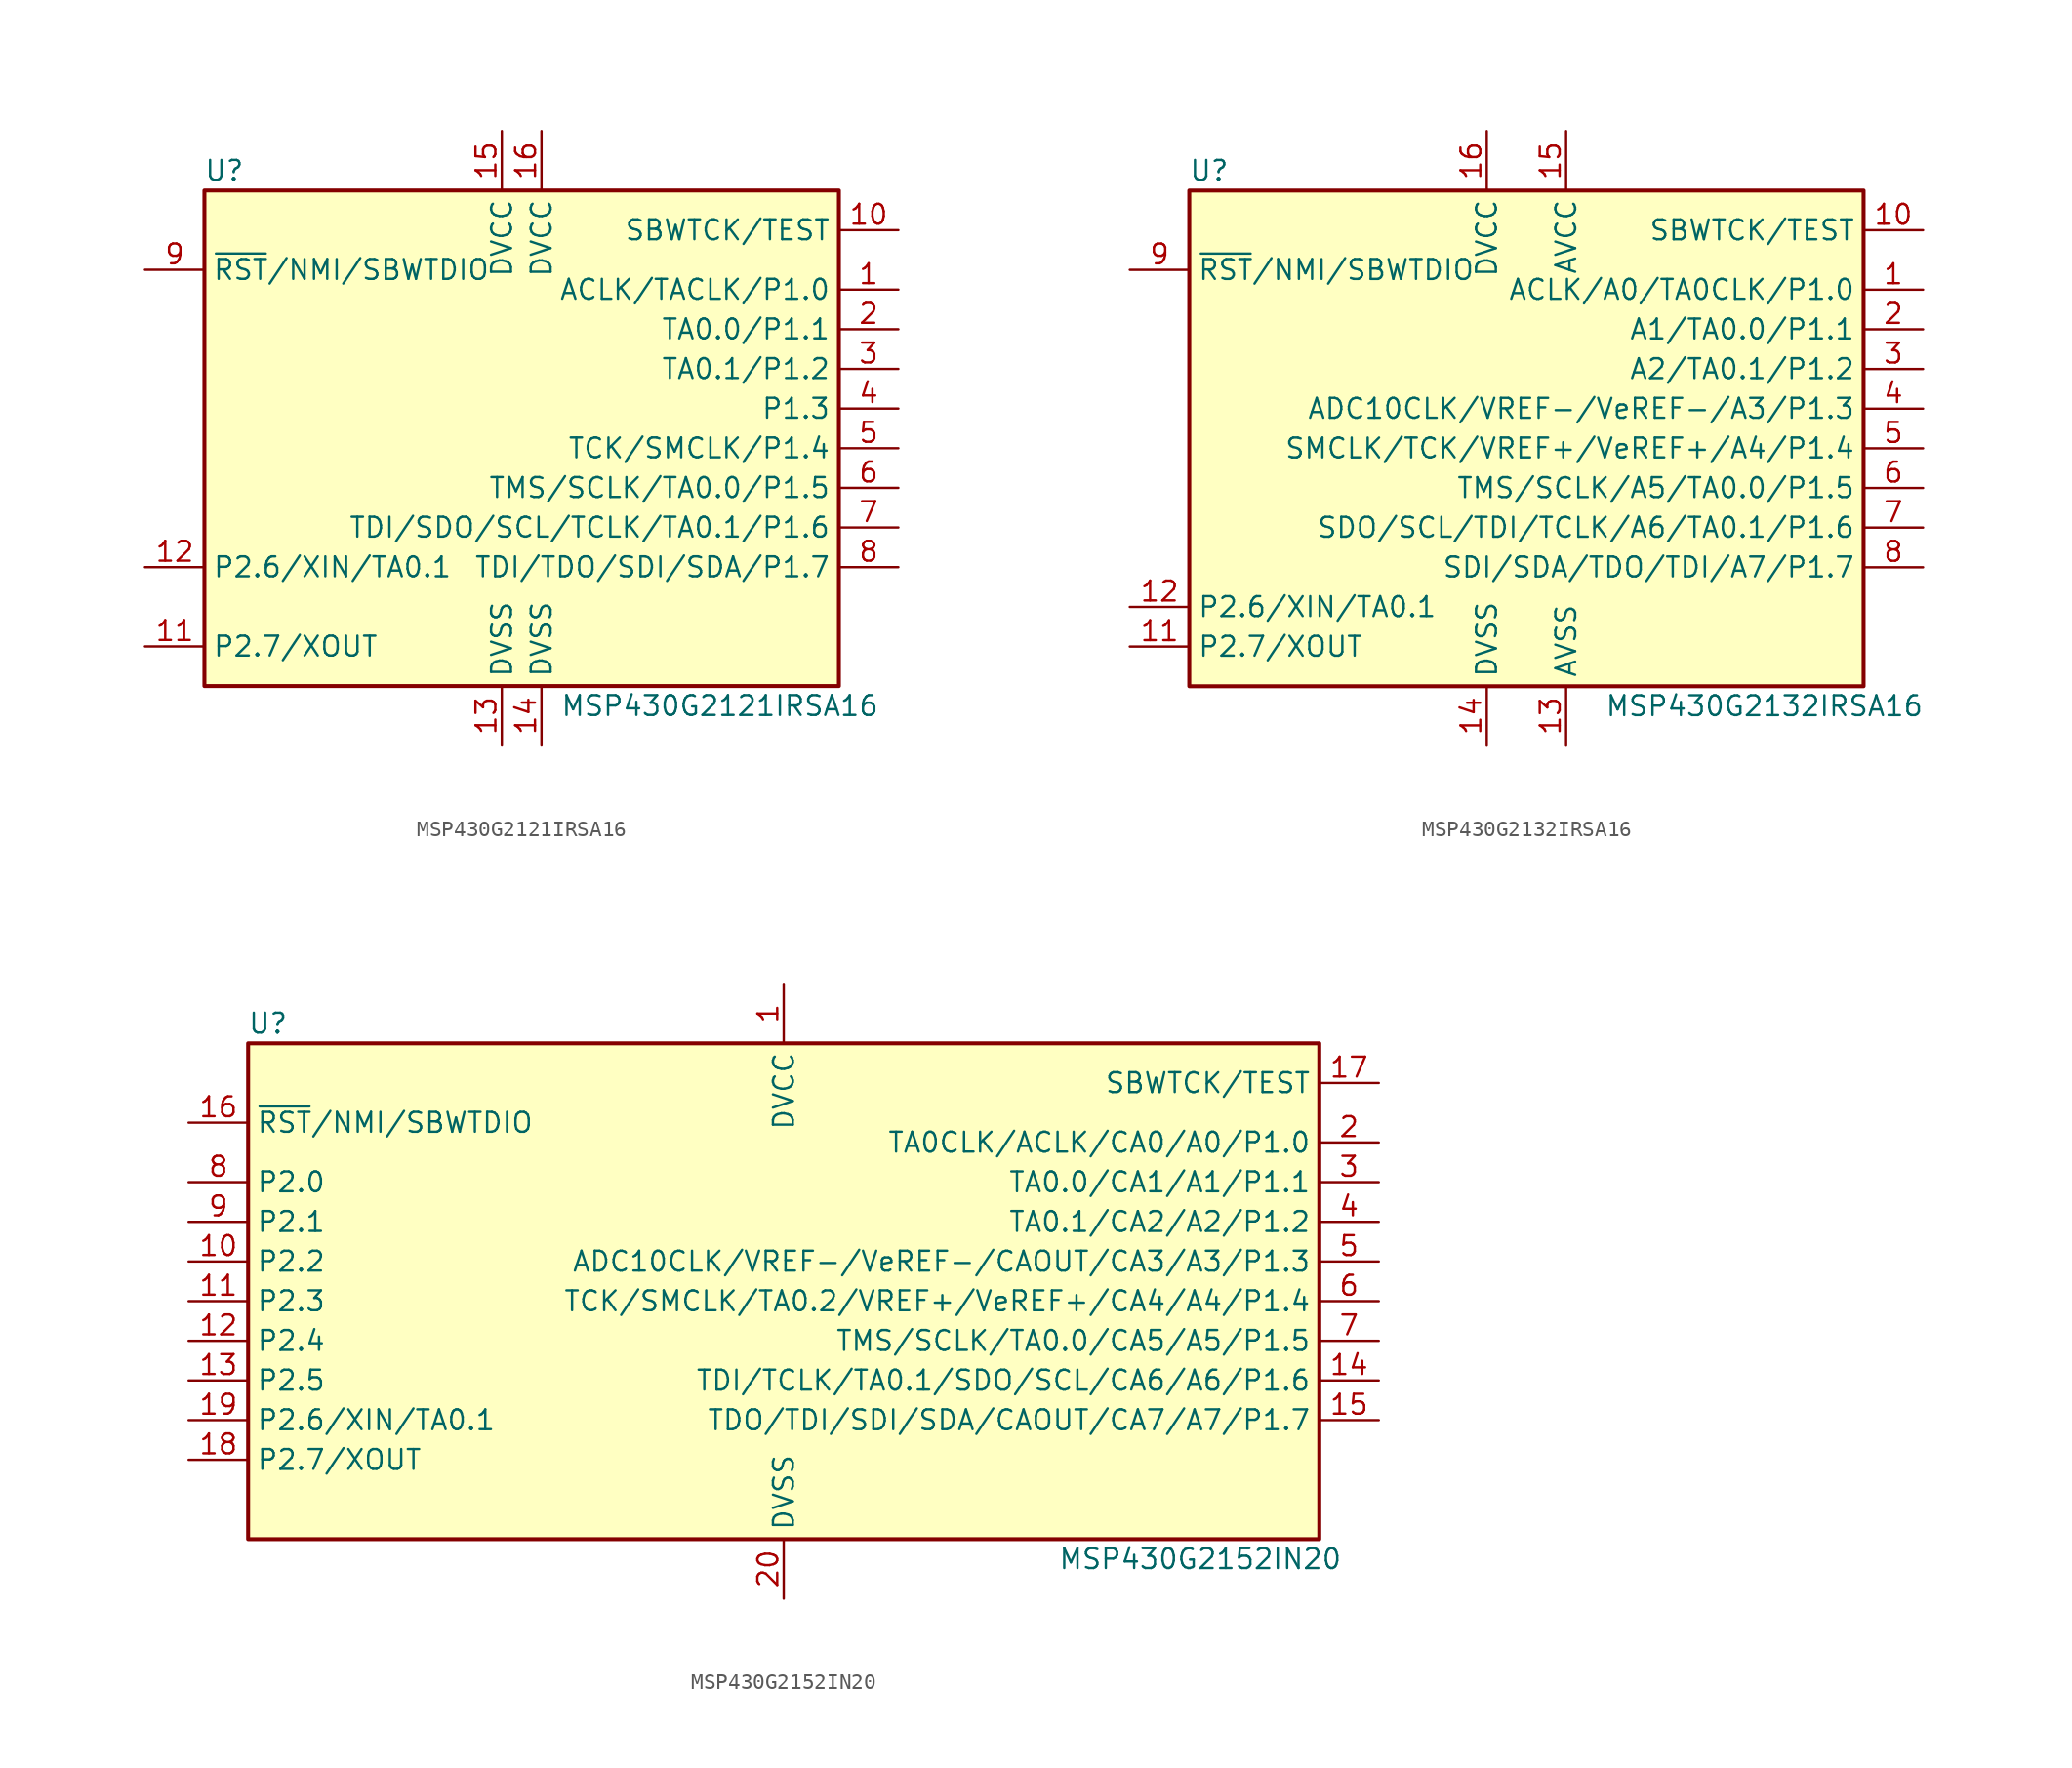
<source format=kicad_sym>
(kicad_symbol_lib
  (version 20231120)
  (generator "kicad_symbol_editor")
  (generator_version "8.0")
  (symbol "MSP430G2121IRSA16"
    (property "Reference" "U"
      (at -19.05 17.78 0)
      (effects (font (size 1.27 1.27))))
    (property "Value" "MSP430G2121IRSA16"
      (at 12.7 -16.51 0)
      (effects (font (size 1.27 1.27))))
    (symbol "MSP430G2121IRSA16_0_1"
      (rectangle (start -20.32 16.51) (end 20.32 -15.24) (stroke (width 0.254) (type default)) (fill (type background))))
    (symbol "MSP430G2121IRSA16_1_1"
      (pin bidirectional line (at 24.13 10.16 180) (length 3.81) (name "ACLK/TACLK/P1.0" (effects (font (size 1.27 1.27)))) (number "1" (effects (font (size 1.27 1.27)))))
      (pin input line (at 24.13 13.97 180) (length 3.81) (name "SBWTCK/TEST" (effects (font (size 1.27 1.27)))) (number "10" (effects (font (size 1.27 1.27)))))
      (pin bidirectional line (at -24.13 -12.7 0) (length 3.81) (name "P2.7/XOUT" (effects (font (size 1.27 1.27)))) (number "11" (effects (font (size 1.27 1.27)))))
      (pin bidirectional line (at -24.13 -7.62 0) (length 3.81) (name "P2.6/XIN/TA0.1" (effects (font (size 1.27 1.27)))) (number "12" (effects (font (size 1.27 1.27)))))
      (pin power_in line (at -1.27 -19.05 90) (length 3.81) (name "DVSS" (effects (font (size 1.27 1.27)))) (number "13" (effects (font (size 1.27 1.27)))))
      (pin power_in line (at 1.27 -19.05 90) (length 3.81) (name "DVSS" (effects (font (size 1.27 1.27)))) (number "14" (effects (font (size 1.27 1.27)))))
      (pin power_in line (at -1.27 20.32 270) (length 3.81) (name "DVCC" (effects (font (size 1.27 1.27)))) (number "15" (effects (font (size 1.27 1.27)))))
      (pin power_in line (at 1.27 20.32 270) (length 3.81) (name "DVCC" (effects (font (size 1.27 1.27)))) (number "16" (effects (font (size 1.27 1.27)))))
      (pin bidirectional line (at 24.13 7.62 180) (length 3.81) (name "TA0.0/P1.1" (effects (font (size 1.27 1.27)))) (number "2" (effects (font (size 1.27 1.27)))))
      (pin bidirectional line (at 24.13 5.08 180) (length 3.81) (name "TA0.1/P1.2" (effects (font (size 1.27 1.27)))) (number "3" (effects (font (size 1.27 1.27)))))
      (pin bidirectional line (at 24.13 2.54 180) (length 3.81) (name "P1.3" (effects (font (size 1.27 1.27)))) (number "4" (effects (font (size 1.27 1.27)))))
      (pin bidirectional line (at 24.13 0 180) (length 3.81) (name "TCK/SMCLK/P1.4" (effects (font (size 1.27 1.27)))) (number "5" (effects (font (size 1.27 1.27)))))
      (pin bidirectional line (at 24.13 -2.54 180) (length 3.81) (name "TMS/SCLK/TA0.0/P1.5" (effects (font (size 1.27 1.27)))) (number "6" (effects (font (size 1.27 1.27)))))
      (pin bidirectional line (at 24.13 -5.08 180) (length 3.81) (name "TDI/SDO/SCL/TCLK/TA0.1/P1.6" (effects (font (size 1.27 1.27)))) (number "7" (effects (font (size 1.27 1.27)))))
      (pin bidirectional line (at 24.13 -7.62 180) (length 3.81) (name "TDI/TDO/SDI/SDA/P1.7" (effects (font (size 1.27 1.27)))) (number "8" (effects (font (size 1.27 1.27)))))
      (pin input line (at -24.13 11.43 0) (length 3.81) (name "~{RST}/NMI/SBWTDIO" (effects (font (size 1.27 1.27)))) (number "9" (effects (font (size 1.27 1.27)))))))
  (symbol "MSP430G2132IRSA16"
    (property "Reference" "U"
      (at -20.32 17.78 0)
      (effects (font (size 1.27 1.27))))
    (property "Value" "MSP430G2132IRSA16"
      (at 15.24 -16.51 0)
      (effects (font (size 1.27 1.27))))
    (symbol "MSP430G2132IRSA16_0_1"
      (rectangle (start -21.59 16.51) (end 21.59 -15.24) (stroke (width 0.254) (type default)) (fill (type background))))
    (symbol "MSP430G2132IRSA16_1_1"
      (pin bidirectional line (at 25.4 10.16 180) (length 3.81) (name "ACLK/A0/TA0CLK/P1.0" (effects (font (size 1.27 1.27)))) (number "1" (effects (font (size 1.27 1.27)))))
      (pin input line (at 25.4 13.97 180) (length 3.81) (name "SBWTCK/TEST" (effects (font (size 1.27 1.27)))) (number "10" (effects (font (size 1.27 1.27)))))
      (pin bidirectional line (at -25.4 -12.7 0) (length 3.81) (name "P2.7/XOUT" (effects (font (size 1.27 1.27)))) (number "11" (effects (font (size 1.27 1.27)))))
      (pin bidirectional line (at -25.4 -10.16 0) (length 3.81) (name "P2.6/XIN/TA0.1" (effects (font (size 1.27 1.27)))) (number "12" (effects (font (size 1.27 1.27)))))
      (pin power_in line (at 2.54 -19.05 90) (length 3.81) (name "AVSS" (effects (font (size 1.27 1.27)))) (number "13" (effects (font (size 1.27 1.27)))))
      (pin power_in line (at -2.54 -19.05 90) (length 3.81) (name "DVSS" (effects (font (size 1.27 1.27)))) (number "14" (effects (font (size 1.27 1.27)))))
      (pin power_in line (at 2.54 20.32 270) (length 3.81) (name "AVCC" (effects (font (size 1.27 1.27)))) (number "15" (effects (font (size 1.27 1.27)))))
      (pin power_in line (at -2.54 20.32 270) (length 3.81) (name "DVCC" (effects (font (size 1.27 1.27)))) (number "16" (effects (font (size 1.27 1.27)))))
      (pin bidirectional line (at 25.4 7.62 180) (length 3.81) (name "A1/TA0.0/P1.1" (effects (font (size 1.27 1.27)))) (number "2" (effects (font (size 1.27 1.27)))))
      (pin bidirectional line (at 25.4 5.08 180) (length 3.81) (name "A2/TA0.1/P1.2" (effects (font (size 1.27 1.27)))) (number "3" (effects (font (size 1.27 1.27)))))
      (pin bidirectional line (at 25.4 2.54 180) (length 3.81) (name "ADC10CLK/VREF-/VeREF-/A3/P1.3" (effects (font (size 1.27 1.27)))) (number "4" (effects (font (size 1.27 1.27)))))
      (pin bidirectional line (at 25.4 0 180) (length 3.81) (name "SMCLK/TCK/VREF+/VeREF+/A4/P1.4" (effects (font (size 1.27 1.27)))) (number "5" (effects (font (size 1.27 1.27)))))
      (pin bidirectional line (at 25.4 -2.54 180) (length 3.81) (name "TMS/SCLK/A5/TA0.0/P1.5" (effects (font (size 1.27 1.27)))) (number "6" (effects (font (size 1.27 1.27)))))
      (pin bidirectional line (at 25.4 -5.08 180) (length 3.81) (name "SDO/SCL/TDI/TCLK/A6/TA0.1/P1.6" (effects (font (size 1.27 1.27)))) (number "7" (effects (font (size 1.27 1.27)))))
      (pin bidirectional line (at 25.4 -7.62 180) (length 3.81) (name "SDI/SDA/TDO/TDI/A7/P1.7" (effects (font (size 1.27 1.27)))) (number "8" (effects (font (size 1.27 1.27)))))
      (pin input line (at -25.4 11.43 0) (length 3.81) (name "~{RST}/NMI/SBWTDIO" (effects (font (size 1.27 1.27)))) (number "9" (effects (font (size 1.27 1.27)))))))
  (symbol "MSP430G2152IN20"
    (property "Reference" "U"
      (at -33.02 17.78 0)
      (effects (font (size 1.27 1.27))))
    (property "Value" "MSP430G2152IN20"
      (at 26.67 -16.51 0)
      (effects (font (size 1.27 1.27))))
    (symbol "MSP430G2152IN20_0_1"
      (rectangle (start -34.29 16.51) (end 34.29 -15.24) (stroke (width 0.254) (type default)) (fill (type background))))
    (symbol "MSP430G2152IN20_1_1"
      (pin power_in line (at 0 20.32 270) (length 3.81) (name "DVCC" (effects (font (size 1.27 1.27)))) (number "1" (effects (font (size 1.27 1.27)))))
      (pin bidirectional line (at -38.1 2.54 0) (length 3.81) (name "P2.2" (effects (font (size 1.27 1.27)))) (number "10" (effects (font (size 1.27 1.27)))))
      (pin bidirectional line (at -38.1 0 0) (length 3.81) (name "P2.3" (effects (font (size 1.27 1.27)))) (number "11" (effects (font (size 1.27 1.27)))))
      (pin bidirectional line (at -38.1 -2.54 0) (length 3.81) (name "P2.4" (effects (font (size 1.27 1.27)))) (number "12" (effects (font (size 1.27 1.27)))))
      (pin bidirectional line (at -38.1 -5.08 0) (length 3.81) (name "P2.5" (effects (font (size 1.27 1.27)))) (number "13" (effects (font (size 1.27 1.27)))))
      (pin bidirectional line (at 38.1 -5.08 180) (length 3.81) (name "TDI/TCLK/TA0.1/SDO/SCL/CA6/A6/P1.6" (effects (font (size 1.27 1.27)))) (number "14" (effects (font (size 1.27 1.27)))))
      (pin bidirectional line (at 38.1 -7.62 180) (length 3.81) (name "TDO/TDI/SDI/SDA/CAOUT/CA7/A7/P1.7" (effects (font (size 1.27 1.27)))) (number "15" (effects (font (size 1.27 1.27)))))
      (pin input line (at -38.1 11.43 0) (length 3.81) (name "~{RST}/NMI/SBWTDIO" (effects (font (size 1.27 1.27)))) (number "16" (effects (font (size 1.27 1.27)))))
      (pin input line (at 38.1 13.97 180) (length 3.81) (name "SBWTCK/TEST" (effects (font (size 1.27 1.27)))) (number "17" (effects (font (size 1.27 1.27)))))
      (pin bidirectional line (at -38.1 -10.16 0) (length 3.81) (name "P2.7/XOUT" (effects (font (size 1.27 1.27)))) (number "18" (effects (font (size 1.27 1.27)))))
      (pin bidirectional line (at -38.1 -7.62 0) (length 3.81) (name "P2.6/XIN/TA0.1" (effects (font (size 1.27 1.27)))) (number "19" (effects (font (size 1.27 1.27)))))
      (pin bidirectional line (at 38.1 10.16 180) (length 3.81) (name "TA0CLK/ACLK/CA0/A0/P1.0" (effects (font (size 1.27 1.27)))) (number "2" (effects (font (size 1.27 1.27)))))
      (pin power_in line (at 0 -19.05 90) (length 3.81) (name "DVSS" (effects (font (size 1.27 1.27)))) (number "20" (effects (font (size 1.27 1.27)))))
      (pin bidirectional line (at 38.1 7.62 180) (length 3.81) (name "TA0.0/CA1/A1/P1.1" (effects (font (size 1.27 1.27)))) (number "3" (effects (font (size 1.27 1.27)))))
      (pin bidirectional line (at 38.1 5.08 180) (length 3.81) (name "TA0.1/CA2/A2/P1.2" (effects (font (size 1.27 1.27)))) (number "4" (effects (font (size 1.27 1.27)))))
      (pin bidirectional line (at 38.1 2.54 180) (length 3.81) (name "ADC10CLK/VREF-/VeREF-/CAOUT/CA3/A3/P1.3" (effects (font (size 1.27 1.27)))) (number "5" (effects (font (size 1.27 1.27)))))
      (pin bidirectional line (at 38.1 0 180) (length 3.81) (name "TCK/SMCLK/TA0.2/VREF+/VeREF+/CA4/A4/P1.4" (effects (font (size 1.27 1.27)))) (number "6" (effects (font (size 1.27 1.27)))))
      (pin bidirectional line (at 38.1 -2.54 180) (length 3.81) (name "TMS/SCLK/TA0.0/CA5/A5/P1.5" (effects (font (size 1.27 1.27)))) (number "7" (effects (font (size 1.27 1.27)))))
      (pin bidirectional line (at -38.1 7.62 0) (length 3.81) (name "P2.0" (effects (font (size 1.27 1.27)))) (number "8" (effects (font (size 1.27 1.27)))))
      (pin bidirectional line (at -38.1 5.08 0) (length 3.81) (name "P2.1" (effects (font (size 1.27 1.27)))) (number "9" (effects (font (size 1.27 1.27))))))))
</source>
